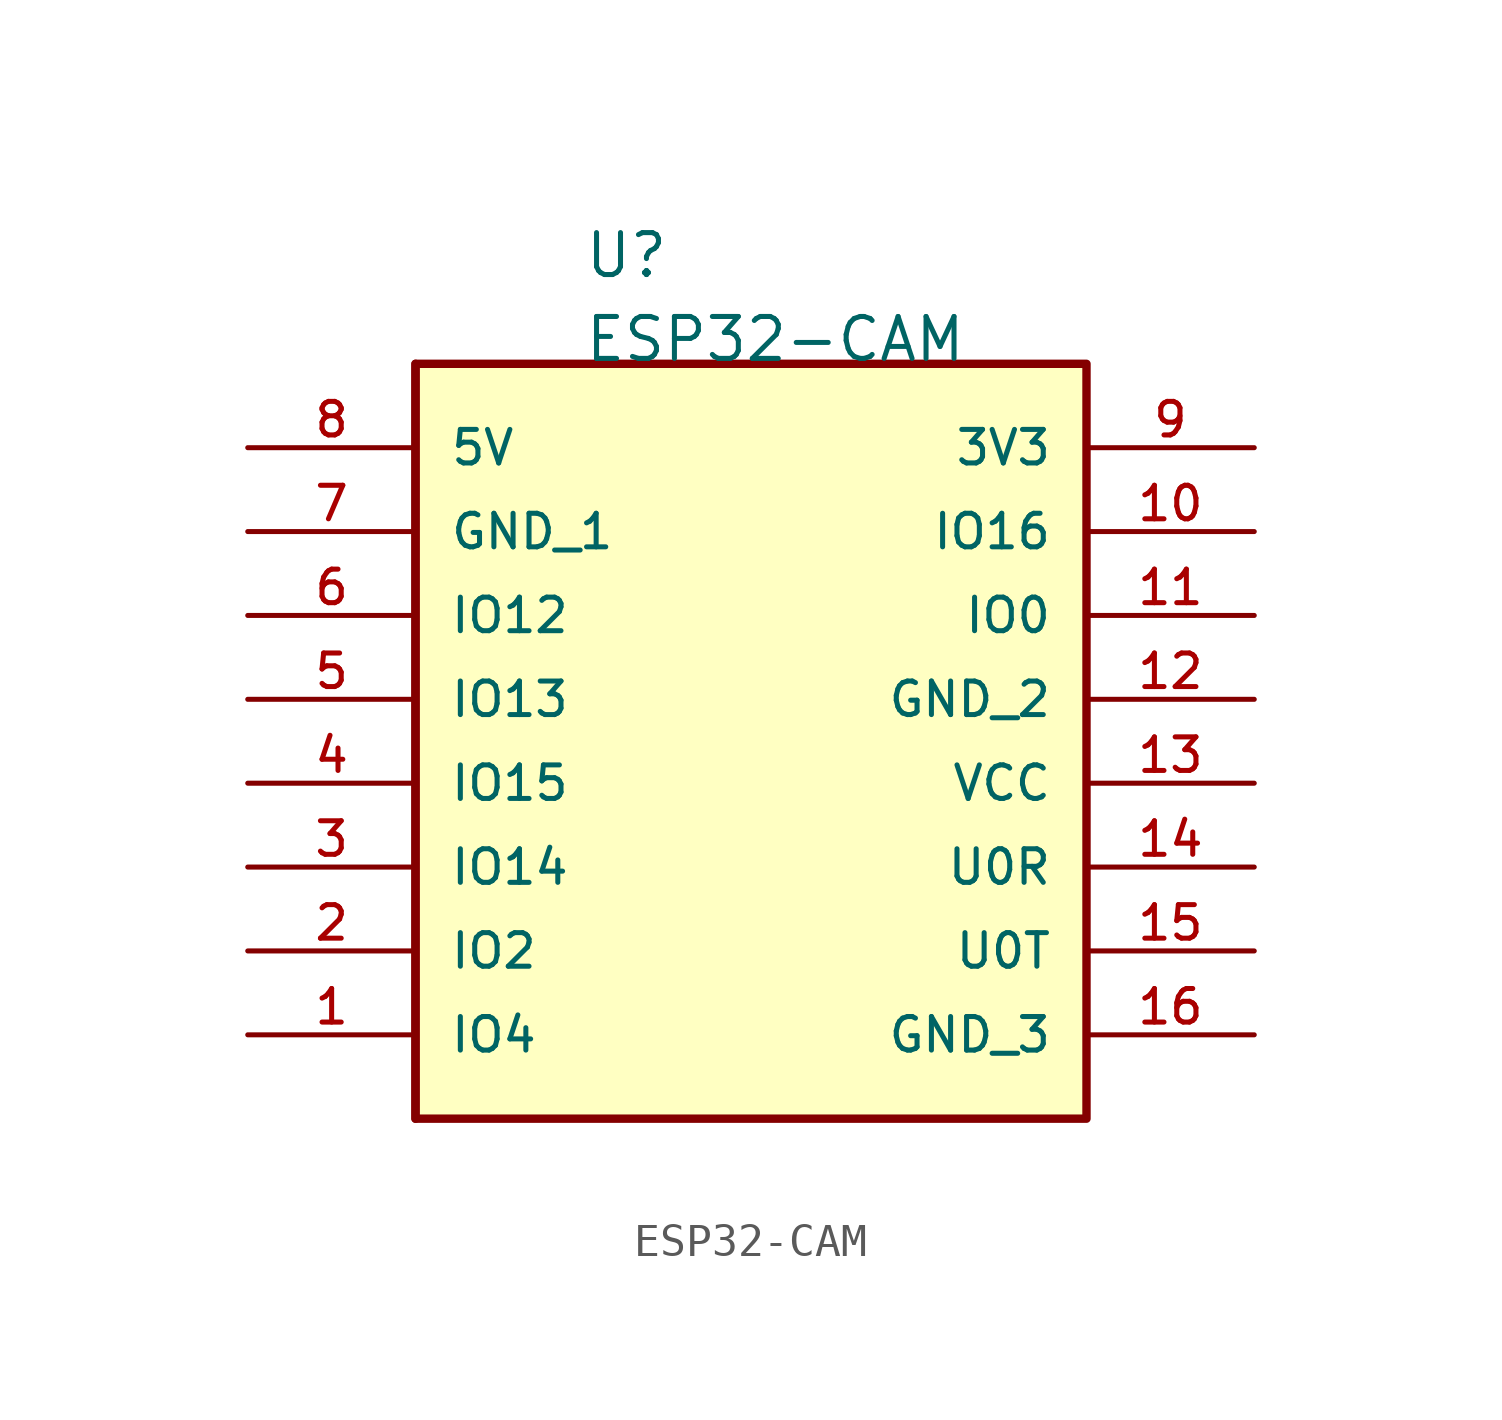
<source format=kicad_sym>
(kicad_symbol_lib
  (version 20211014)
  (generator kicad_symbol_editor)
  (symbol "ESP32-CAM"
    (pin_names
      (offset 1.016))
    (property "Reference" "U"
      (at 10.16 5.08 0)
      (effects (font (size 1.27 1.27)) (justify left bottom)))
    (property "Value" "ESP32-CAM"
      (at 10.16 2.54 0)
      (effects (font (size 1.27 1.27)) (justify left bottom)))
    (property "ki_locked" ""
      (at 0 0 0)
      (effects (font (size 1.27 1.27))))
    (symbol "ESP32-CAM_0_0"
      (polyline (pts (xy 5.08 2.54) (xy 5.08 -20.32)) (stroke (width 0.254) (type default) (color 0 0 0 0)) (fill (type none)))
      (rectangle (start 5.08 -20.32) (end 25.4 2.54) (stroke (width 0.254) (type default) (color 0 0 0 0)) (fill (type background)))
      (pin bidirectional line (at 0 -17.78 0) (length 5.08) (name "IO4" (effects (font (size 1.016 1.016)))) (number "1" (effects (font (size 1.016 1.016)))))
      (pin bidirectional line (at 30.48 -2.54 180) (length 5.08) (name "IO16" (effects (font (size 1.016 1.016)))) (number "10" (effects (font (size 1.016 1.016)))))
      (pin bidirectional line (at 30.48 -5.08 180) (length 5.08) (name "IO0" (effects (font (size 1.016 1.016)))) (number "11" (effects (font (size 1.016 1.016)))))
      (pin bidirectional line (at 30.48 -7.62 180) (length 5.08) (name "GND_2" (effects (font (size 1.016 1.016)))) (number "12" (effects (font (size 1.016 1.016)))))
      (pin bidirectional line (at 30.48 -10.16 180) (length 5.08) (name "VCC" (effects (font (size 1.016 1.016)))) (number "13" (effects (font (size 1.016 1.016)))))
      (pin bidirectional line (at 30.48 -12.7 180) (length 5.08) (name "U0R" (effects (font (size 1.016 1.016)))) (number "14" (effects (font (size 1.016 1.016)))))
      (pin bidirectional line (at 30.48 -15.24 180) (length 5.08) (name "U0T" (effects (font (size 1.016 1.016)))) (number "15" (effects (font (size 1.016 1.016)))))
      (pin bidirectional line (at 30.48 -17.78 180) (length 5.08) (name "GND_3" (effects (font (size 1.016 1.016)))) (number "16" (effects (font (size 1.016 1.016)))))
      (pin bidirectional line (at 0 -15.24 0) (length 5.08) (name "IO2" (effects (font (size 1.016 1.016)))) (number "2" (effects (font (size 1.016 1.016)))))
      (pin bidirectional line (at 0 -12.7 0) (length 5.08) (name "IO14" (effects (font (size 1.016 1.016)))) (number "3" (effects (font (size 1.016 1.016)))))
      (pin bidirectional line (at 0 -10.16 0) (length 5.08) (name "IO15" (effects (font (size 1.016 1.016)))) (number "4" (effects (font (size 1.016 1.016)))))
      (pin bidirectional line (at 0 -7.62 0) (length 5.08) (name "IO13" (effects (font (size 1.016 1.016)))) (number "5" (effects (font (size 1.016 1.016)))))
      (pin bidirectional line (at 0 -5.08 0) (length 5.08) (name "IO12" (effects (font (size 1.016 1.016)))) (number "6" (effects (font (size 1.016 1.016)))))
      (pin bidirectional line (at 0 -2.54 0) (length 5.08) (name "GND_1" (effects (font (size 1.016 1.016)))) (number "7" (effects (font (size 1.016 1.016)))))
      (pin bidirectional line (at 0 0 0) (length 5.08) (name "5V" (effects (font (size 1.016 1.016)))) (number "8" (effects (font (size 1.016 1.016)))))
      (pin bidirectional line (at 30.48 0 180) (length 5.08) (name "3V3" (effects (font (size 1.016 1.016)))) (number "9" (effects (font (size 1.016 1.016))))))))
</source>
